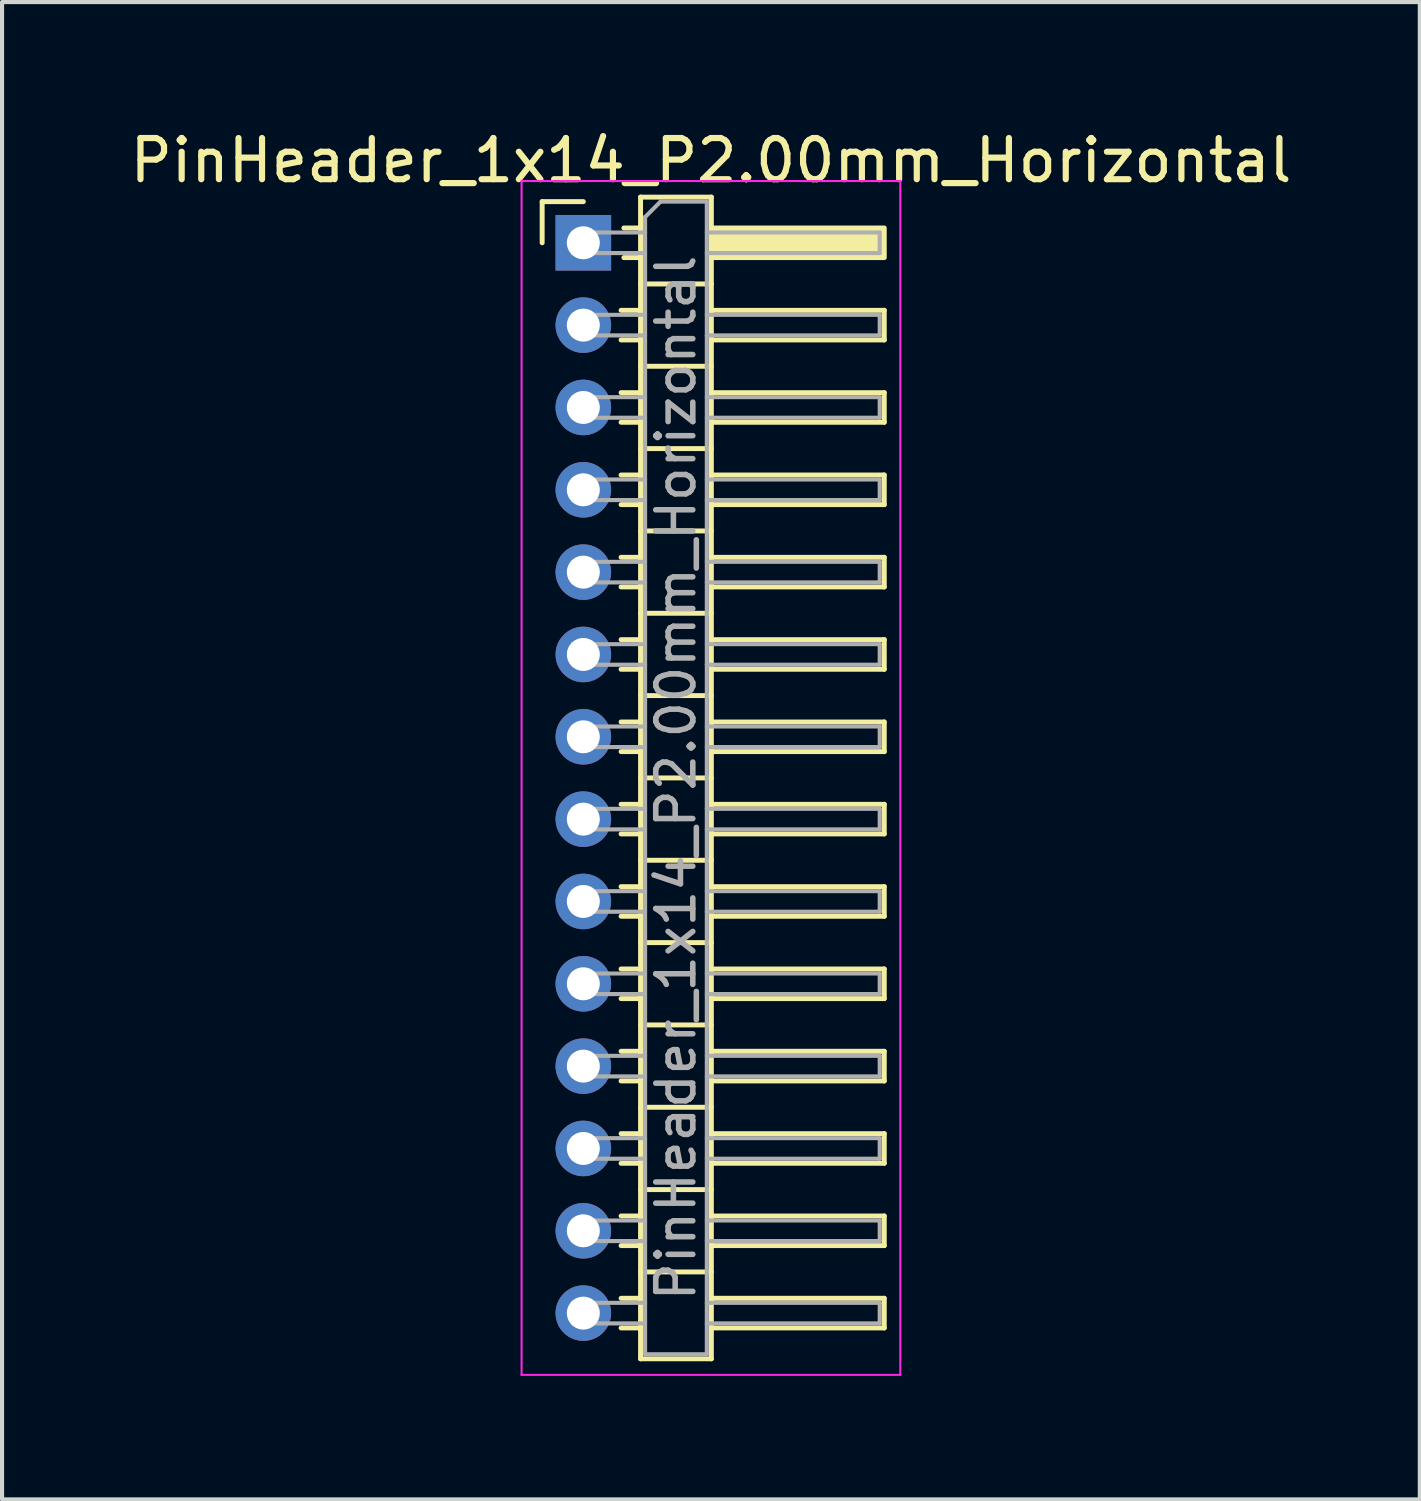
<source format=kicad_pcb>
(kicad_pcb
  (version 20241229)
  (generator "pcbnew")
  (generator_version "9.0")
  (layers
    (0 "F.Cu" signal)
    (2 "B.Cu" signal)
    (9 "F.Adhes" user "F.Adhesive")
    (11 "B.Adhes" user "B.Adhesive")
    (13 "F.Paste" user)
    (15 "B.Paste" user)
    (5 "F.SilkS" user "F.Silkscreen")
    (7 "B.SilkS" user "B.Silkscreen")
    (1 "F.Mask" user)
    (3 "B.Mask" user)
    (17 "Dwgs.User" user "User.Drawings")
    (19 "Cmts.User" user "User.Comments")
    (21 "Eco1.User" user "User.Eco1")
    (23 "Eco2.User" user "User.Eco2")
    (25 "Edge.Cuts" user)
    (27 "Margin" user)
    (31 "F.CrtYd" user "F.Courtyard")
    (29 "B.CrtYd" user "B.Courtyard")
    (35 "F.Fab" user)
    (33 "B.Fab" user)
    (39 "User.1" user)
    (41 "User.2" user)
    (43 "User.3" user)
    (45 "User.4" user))
  (footprint "PinHeader_1x14_P2.00mm_Horizontal"
    (layer "F.Cu")
    (at 11.12 2.848)
    (property "Reference" "PinHeader_1x14_P2.00mm_Horizontal" (at 3.1 -2 0) (layer "F.SilkS") (effects (font (size 1 1) (thickness 0.15))))
    (attr through_hole)
    (fp_line (start -1 -1) (end 0 -1) (stroke (width 0.12) (type solid)) (layer "F.SilkS"))
    (fp_line (start -1 0) (end -1 -1) (stroke (width 0.12) (type solid)) (layer "F.SilkS"))
    (fp_line (start 0.917 1.64) (end 1.39 1.64) (stroke (width 0.12) (type solid)) (layer "F.SilkS"))
    (fp_line (start 0.917 2.36) (end 1.39 2.36) (stroke (width 0.12) (type solid)) (layer "F.SilkS"))
    (fp_line (start 0.917 3.64) (end 1.39 3.64) (stroke (width 0.12) (type solid)) (layer "F.SilkS"))
    (fp_line (start 0.917 4.36) (end 1.39 4.36) (stroke (width 0.12) (type solid)) (layer "F.SilkS"))
    (fp_line (start 0.917 5.64) (end 1.39 5.64) (stroke (width 0.12) (type solid)) (layer "F.SilkS"))
    (fp_line (start 0.917 6.36) (end 1.39 6.36) (stroke (width 0.12) (type solid)) (layer "F.SilkS"))
    (fp_line (start 0.917 7.64) (end 1.39 7.64) (stroke (width 0.12) (type solid)) (layer "F.SilkS"))
    (fp_line (start 0.917 8.36) (end 1.39 8.36) (stroke (width 0.12) (type solid)) (layer "F.SilkS"))
    (fp_line (start 0.917 9.64) (end 1.39 9.64) (stroke (width 0.12) (type solid)) (layer "F.SilkS"))
    (fp_line (start 0.917 10.36) (end 1.39 10.36) (stroke (width 0.12) (type solid)) (layer "F.SilkS"))
    (fp_line (start 0.917 11.64) (end 1.39 11.64) (stroke (width 0.12) (type solid)) (layer "F.SilkS"))
    (fp_line (start 0.917 12.36) (end 1.39 12.36) (stroke (width 0.12) (type solid)) (layer "F.SilkS"))
    (fp_line (start 0.917 13.64) (end 1.39 13.64) (stroke (width 0.12) (type solid)) (layer "F.SilkS"))
    (fp_line (start 0.917 14.36) (end 1.39 14.36) (stroke (width 0.12) (type solid)) (layer "F.SilkS"))
    (fp_line (start 0.917 15.64) (end 1.39 15.64) (stroke (width 0.12) (type solid)) (layer "F.SilkS"))
    (fp_line (start 0.917 16.36) (end 1.39 16.36) (stroke (width 0.12) (type solid)) (layer "F.SilkS"))
    (fp_line (start 0.917 17.64) (end 1.39 17.64) (stroke (width 0.12) (type solid)) (layer "F.SilkS"))
    (fp_line (start 0.917 18.36) (end 1.39 18.36) (stroke (width 0.12) (type solid)) (layer "F.SilkS"))
    (fp_line (start 0.917 19.64) (end 1.39 19.64) (stroke (width 0.12) (type solid)) (layer "F.SilkS"))
    (fp_line (start 0.917 20.36) (end 1.39 20.36) (stroke (width 0.12) (type solid)) (layer "F.SilkS"))
    (fp_line (start 0.917 21.64) (end 1.39 21.64) (stroke (width 0.12) (type solid)) (layer "F.SilkS"))
    (fp_line (start 0.917 22.36) (end 1.39 22.36) (stroke (width 0.12) (type solid)) (layer "F.SilkS"))
    (fp_line (start 0.917 23.64) (end 1.39 23.64) (stroke (width 0.12) (type solid)) (layer "F.SilkS"))
    (fp_line (start 0.917 24.36) (end 1.39 24.36) (stroke (width 0.12) (type solid)) (layer "F.SilkS"))
    (fp_line (start 0.917 25.64) (end 1.39 25.64) (stroke (width 0.12) (type solid)) (layer "F.SilkS"))
    (fp_line (start 0.917 26.36) (end 1.39 26.36) (stroke (width 0.12) (type solid)) (layer "F.SilkS"))
    (fp_line (start 0.985 -0.36) (end 1.39 -0.36) (stroke (width 0.12) (type solid)) (layer "F.SilkS"))
    (fp_line (start 0.985 0.36) (end 1.39 0.36) (stroke (width 0.12) (type solid)) (layer "F.SilkS"))
    (fp_line (start 1.39 -1.11) (end 1.39 27.11) (stroke (width 0.12) (type solid)) (layer "F.SilkS"))
    (fp_line (start 1.39 1) (end 3.11 1) (stroke (width 0.12) (type solid)) (layer "F.SilkS"))
    (fp_line (start 1.39 3) (end 3.11 3) (stroke (width 0.12) (type solid)) (layer "F.SilkS"))
    (fp_line (start 1.39 5) (end 3.11 5) (stroke (width 0.12) (type solid)) (layer "F.SilkS"))
    (fp_line (start 1.39 7) (end 3.11 7) (stroke (width 0.12) (type solid)) (layer "F.SilkS"))
    (fp_line (start 1.39 9) (end 3.11 9) (stroke (width 0.12) (type solid)) (layer "F.SilkS"))
    (fp_line (start 1.39 11) (end 3.11 11) (stroke (width 0.12) (type solid)) (layer "F.SilkS"))
    (fp_line (start 1.39 13) (end 3.11 13) (stroke (width 0.12) (type solid)) (layer "F.SilkS"))
    (fp_line (start 1.39 15) (end 3.11 15) (stroke (width 0.12) (type solid)) (layer "F.SilkS"))
    (fp_line (start 1.39 17) (end 3.11 17) (stroke (width 0.12) (type solid)) (layer "F.SilkS"))
    (fp_line (start 1.39 19) (end 3.11 19) (stroke (width 0.12) (type solid)) (layer "F.SilkS"))
    (fp_line (start 1.39 21) (end 3.11 21) (stroke (width 0.12) (type solid)) (layer "F.SilkS"))
    (fp_line (start 1.39 23) (end 3.11 23) (stroke (width 0.12) (type solid)) (layer "F.SilkS"))
    (fp_line (start 1.39 25) (end 3.11 25) (stroke (width 0.12) (type solid)) (layer "F.SilkS"))
    (fp_line (start 1.39 27.11) (end 3.11 27.11) (stroke (width 0.12) (type solid)) (layer "F.SilkS"))
    (fp_line (start 3.11 -1.11) (end 1.39 -1.11) (stroke (width 0.12) (type solid)) (layer "F.SilkS"))
    (fp_line (start 3.11 1.64) (end 7.31 1.64) (stroke (width 0.12) (type solid)) (layer "F.SilkS"))
    (fp_line (start 3.11 3.64) (end 7.31 3.64) (stroke (width 0.12) (type solid)) (layer "F.SilkS"))
    (fp_line (start 3.11 5.64) (end 7.31 5.64) (stroke (width 0.12) (type solid)) (layer "F.SilkS"))
    (fp_line (start 3.11 7.64) (end 7.31 7.64) (stroke (width 0.12) (type solid)) (layer "F.SilkS"))
    (fp_line (start 3.11 9.64) (end 7.31 9.64) (stroke (width 0.12) (type solid)) (layer "F.SilkS"))
    (fp_line (start 3.11 11.64) (end 7.31 11.64) (stroke (width 0.12) (type solid)) (layer "F.SilkS"))
    (fp_line (start 3.11 13.64) (end 7.31 13.64) (stroke (width 0.12) (type solid)) (layer "F.SilkS"))
    (fp_line (start 3.11 15.64) (end 7.31 15.64) (stroke (width 0.12) (type solid)) (layer "F.SilkS"))
    (fp_line (start 3.11 17.64) (end 7.31 17.64) (stroke (width 0.12) (type solid)) (layer "F.SilkS"))
    (fp_line (start 3.11 19.64) (end 7.31 19.64) (stroke (width 0.12) (type solid)) (layer "F.SilkS"))
    (fp_line (start 3.11 21.64) (end 7.31 21.64) (stroke (width 0.12) (type solid)) (layer "F.SilkS"))
    (fp_line (start 3.11 23.64) (end 7.31 23.64) (stroke (width 0.12) (type solid)) (layer "F.SilkS"))
    (fp_line (start 3.11 25.64) (end 7.31 25.64) (stroke (width 0.12) (type solid)) (layer "F.SilkS"))
    (fp_line (start 3.11 27.11) (end 3.11 -1.11) (stroke (width 0.12) (type solid)) (layer "F.SilkS"))
    (fp_line (start 7.31 1.64) (end 7.31 2.36) (stroke (width 0.12) (type solid)) (layer "F.SilkS"))
    (fp_line (start 7.31 2.36) (end 3.11 2.36) (stroke (width 0.12) (type solid)) (layer "F.SilkS"))
    (fp_line (start 7.31 3.64) (end 7.31 4.36) (stroke (width 0.12) (type solid)) (layer "F.SilkS"))
    (fp_line (start 7.31 4.36) (end 3.11 4.36) (stroke (width 0.12) (type solid)) (layer "F.SilkS"))
    (fp_line (start 7.31 5.64) (end 7.31 6.36) (stroke (width 0.12) (type solid)) (layer "F.SilkS"))
    (fp_line (start 7.31 6.36) (end 3.11 6.36) (stroke (width 0.12) (type solid)) (layer "F.SilkS"))
    (fp_line (start 7.31 7.64) (end 7.31 8.36) (stroke (width 0.12) (type solid)) (layer "F.SilkS"))
    (fp_line (start 7.31 8.36) (end 3.11 8.36) (stroke (width 0.12) (type solid)) (layer "F.SilkS"))
    (fp_line (start 7.31 9.64) (end 7.31 10.36) (stroke (width 0.12) (type solid)) (layer "F.SilkS"))
    (fp_line (start 7.31 10.36) (end 3.11 10.36) (stroke (width 0.12) (type solid)) (layer "F.SilkS"))
    (fp_line (start 7.31 11.64) (end 7.31 12.36) (stroke (width 0.12) (type solid)) (layer "F.SilkS"))
    (fp_line (start 7.31 12.36) (end 3.11 12.36) (stroke (width 0.12) (type solid)) (layer "F.SilkS"))
    (fp_line (start 7.31 13.64) (end 7.31 14.36) (stroke (width 0.12) (type solid)) (layer "F.SilkS"))
    (fp_line (start 7.31 14.36) (end 3.11 14.36) (stroke (width 0.12) (type solid)) (layer "F.SilkS"))
    (fp_line (start 7.31 15.64) (end 7.31 16.36) (stroke (width 0.12) (type solid)) (layer "F.SilkS"))
    (fp_line (start 7.31 16.36) (end 3.11 16.36) (stroke (width 0.12) (type solid)) (layer "F.SilkS"))
    (fp_line (start 7.31 17.64) (end 7.31 18.36) (stroke (width 0.12) (type solid)) (layer "F.SilkS"))
    (fp_line (start 7.31 18.36) (end 3.11 18.36) (stroke (width 0.12) (type solid)) (layer "F.SilkS"))
    (fp_line (start 7.31 19.64) (end 7.31 20.36) (stroke (width 0.12) (type solid)) (layer "F.SilkS"))
    (fp_line (start 7.31 20.36) (end 3.11 20.36) (stroke (width 0.12) (type solid)) (layer "F.SilkS"))
    (fp_line (start 7.31 21.64) (end 7.31 22.36) (stroke (width 0.12) (type solid)) (layer "F.SilkS"))
    (fp_line (start 7.31 22.36) (end 3.11 22.36) (stroke (width 0.12) (type solid)) (layer "F.SilkS"))
    (fp_line (start 7.31 23.64) (end 7.31 24.36) (stroke (width 0.12) (type solid)) (layer "F.SilkS"))
    (fp_line (start 7.31 24.36) (end 3.11 24.36) (stroke (width 0.12) (type solid)) (layer "F.SilkS"))
    (fp_line (start 7.31 25.64) (end 7.31 26.36) (stroke (width 0.12) (type solid)) (layer "F.SilkS"))
    (fp_line (start 7.31 26.36) (end 3.11 26.36) (stroke (width 0.12) (type solid)) (layer "F.SilkS"))
    (fp_rect (start 3.11 -0.36) (end 7.31 0.36) (stroke (width 0.12) (type solid)) (fill yes) (layer "F.SilkS"))
    (fp_line (start -1.5 -1.5) (end -1.5 27.5) (stroke (width 0.05) (type solid)) (layer "F.CrtYd"))
    (fp_line (start -1.5 27.5) (end 7.7 27.5) (stroke (width 0.05) (type solid)) (layer "F.CrtYd"))
    (fp_line (start 7.7 -1.5) (end -1.5 -1.5) (stroke (width 0.05) (type solid)) (layer "F.CrtYd"))
    (fp_line (start 7.7 27.5) (end 7.7 -1.5) (stroke (width 0.05) (type solid)) (layer "F.CrtYd"))
    (fp_line (start -0.25 -0.25) (end -0.25 0.25) (stroke (width 0.1) (type solid)) (layer "F.Fab"))
    (fp_line (start -0.25 -0.25) (end 1.5 -0.25) (stroke (width 0.1) (type solid)) (layer "F.Fab"))
    (fp_line (start -0.25 0.25) (end 1.5 0.25) (stroke (width 0.1) (type solid)) (layer "F.Fab"))
    (fp_line (start -0.25 1.75) (end -0.25 2.25) (stroke (width 0.1) (type solid)) (layer "F.Fab"))
    (fp_line (start -0.25 1.75) (end 1.5 1.75) (stroke (width 0.1) (type solid)) (layer "F.Fab"))
    (fp_line (start -0.25 2.25) (end 1.5 2.25) (stroke (width 0.1) (type solid)) (layer "F.Fab"))
    (fp_line (start -0.25 3.75) (end -0.25 4.25) (stroke (width 0.1) (type solid)) (layer "F.Fab"))
    (fp_line (start -0.25 3.75) (end 1.5 3.75) (stroke (width 0.1) (type solid)) (layer "F.Fab"))
    (fp_line (start -0.25 4.25) (end 1.5 4.25) (stroke (width 0.1) (type solid)) (layer "F.Fab"))
    (fp_line (start -0.25 5.75) (end -0.25 6.25) (stroke (width 0.1) (type solid)) (layer "F.Fab"))
    (fp_line (start -0.25 5.75) (end 1.5 5.75) (stroke (width 0.1) (type solid)) (layer "F.Fab"))
    (fp_line (start -0.25 6.25) (end 1.5 6.25) (stroke (width 0.1) (type solid)) (layer "F.Fab"))
    (fp_line (start -0.25 7.75) (end -0.25 8.25) (stroke (width 0.1) (type solid)) (layer "F.Fab"))
    (fp_line (start -0.25 7.75) (end 1.5 7.75) (stroke (width 0.1) (type solid)) (layer "F.Fab"))
    (fp_line (start -0.25 8.25) (end 1.5 8.25) (stroke (width 0.1) (type solid)) (layer "F.Fab"))
    (fp_line (start -0.25 9.75) (end -0.25 10.25) (stroke (width 0.1) (type solid)) (layer "F.Fab"))
    (fp_line (start -0.25 9.75) (end 1.5 9.75) (stroke (width 0.1) (type solid)) (layer "F.Fab"))
    (fp_line (start -0.25 10.25) (end 1.5 10.25) (stroke (width 0.1) (type solid)) (layer "F.Fab"))
    (fp_line (start -0.25 11.75) (end -0.25 12.25) (stroke (width 0.1) (type solid)) (layer "F.Fab"))
    (fp_line (start -0.25 11.75) (end 1.5 11.75) (stroke (width 0.1) (type solid)) (layer "F.Fab"))
    (fp_line (start -0.25 12.25) (end 1.5 12.25) (stroke (width 0.1) (type solid)) (layer "F.Fab"))
    (fp_line (start -0.25 13.75) (end -0.25 14.25) (stroke (width 0.1) (type solid)) (layer "F.Fab"))
    (fp_line (start -0.25 13.75) (end 1.5 13.75) (stroke (width 0.1) (type solid)) (layer "F.Fab"))
    (fp_line (start -0.25 14.25) (end 1.5 14.25) (stroke (width 0.1) (type solid)) (layer "F.Fab"))
    (fp_line (start -0.25 15.75) (end -0.25 16.25) (stroke (width 0.1) (type solid)) (layer "F.Fab"))
    (fp_line (start -0.25 15.75) (end 1.5 15.75) (stroke (width 0.1) (type solid)) (layer "F.Fab"))
    (fp_line (start -0.25 16.25) (end 1.5 16.25) (stroke (width 0.1) (type solid)) (layer "F.Fab"))
    (fp_line (start -0.25 17.75) (end -0.25 18.25) (stroke (width 0.1) (type solid)) (layer "F.Fab"))
    (fp_line (start -0.25 17.75) (end 1.5 17.75) (stroke (width 0.1) (type solid)) (layer "F.Fab"))
    (fp_line (start -0.25 18.25) (end 1.5 18.25) (stroke (width 0.1) (type solid)) (layer "F.Fab"))
    (fp_line (start -0.25 19.75) (end -0.25 20.25) (stroke (width 0.1) (type solid)) (layer "F.Fab"))
    (fp_line (start -0.25 19.75) (end 1.5 19.75) (stroke (width 0.1) (type solid)) (layer "F.Fab"))
    (fp_line (start -0.25 20.25) (end 1.5 20.25) (stroke (width 0.1) (type solid)) (layer "F.Fab"))
    (fp_line (start -0.25 21.75) (end -0.25 22.25) (stroke (width 0.1) (type solid)) (layer "F.Fab"))
    (fp_line (start -0.25 21.75) (end 1.5 21.75) (stroke (width 0.1) (type solid)) (layer "F.Fab"))
    (fp_line (start -0.25 22.25) (end 1.5 22.25) (stroke (width 0.1) (type solid)) (layer "F.Fab"))
    (fp_line (start -0.25 23.75) (end -0.25 24.25) (stroke (width 0.1) (type solid)) (layer "F.Fab"))
    (fp_line (start -0.25 23.75) (end 1.5 23.75) (stroke (width 0.1) (type solid)) (layer "F.Fab"))
    (fp_line (start -0.25 24.25) (end 1.5 24.25) (stroke (width 0.1) (type solid)) (layer "F.Fab"))
    (fp_line (start -0.25 25.75) (end -0.25 26.25) (stroke (width 0.1) (type solid)) (layer "F.Fab"))
    (fp_line (start -0.25 25.75) (end 1.5 25.75) (stroke (width 0.1) (type solid)) (layer "F.Fab"))
    (fp_line (start -0.25 26.25) (end 1.5 26.25) (stroke (width 0.1) (type solid)) (layer "F.Fab"))
    (fp_line (start 1.5 -0.625) (end 1.875 -1) (stroke (width 0.1) (type solid)) (layer "F.Fab"))
    (fp_line (start 1.5 27) (end 1.5 -0.625) (stroke (width 0.1) (type solid)) (layer "F.Fab"))
    (fp_line (start 1.875 -1) (end 3 -1) (stroke (width 0.1) (type solid)) (layer "F.Fab"))
    (fp_line (start 3 -1) (end 3 27) (stroke (width 0.1) (type solid)) (layer "F.Fab"))
    (fp_line (start 3 -0.25) (end 7.2 -0.25) (stroke (width 0.1) (type solid)) (layer "F.Fab"))
    (fp_line (start 3 0.25) (end 7.2 0.25) (stroke (width 0.1) (type solid)) (layer "F.Fab"))
    (fp_line (start 3 1.75) (end 7.2 1.75) (stroke (width 0.1) (type solid)) (layer "F.Fab"))
    (fp_line (start 3 2.25) (end 7.2 2.25) (stroke (width 0.1) (type solid)) (layer "F.Fab"))
    (fp_line (start 3 3.75) (end 7.2 3.75) (stroke (width 0.1) (type solid)) (layer "F.Fab"))
    (fp_line (start 3 4.25) (end 7.2 4.25) (stroke (width 0.1) (type solid)) (layer "F.Fab"))
    (fp_line (start 3 5.75) (end 7.2 5.75) (stroke (width 0.1) (type solid)) (layer "F.Fab"))
    (fp_line (start 3 6.25) (end 7.2 6.25) (stroke (width 0.1) (type solid)) (layer "F.Fab"))
    (fp_line (start 3 7.75) (end 7.2 7.75) (stroke (width 0.1) (type solid)) (layer "F.Fab"))
    (fp_line (start 3 8.25) (end 7.2 8.25) (stroke (width 0.1) (type solid)) (layer "F.Fab"))
    (fp_line (start 3 9.75) (end 7.2 9.75) (stroke (width 0.1) (type solid)) (layer "F.Fab"))
    (fp_line (start 3 10.25) (end 7.2 10.25) (stroke (width 0.1) (type solid)) (layer "F.Fab"))
    (fp_line (start 3 11.75) (end 7.2 11.75) (stroke (width 0.1) (type solid)) (layer "F.Fab"))
    (fp_line (start 3 12.25) (end 7.2 12.25) (stroke (width 0.1) (type solid)) (layer "F.Fab"))
    (fp_line (start 3 13.75) (end 7.2 13.75) (stroke (width 0.1) (type solid)) (layer "F.Fab"))
    (fp_line (start 3 14.25) (end 7.2 14.25) (stroke (width 0.1) (type solid)) (layer "F.Fab"))
    (fp_line (start 3 15.75) (end 7.2 15.75) (stroke (width 0.1) (type solid)) (layer "F.Fab"))
    (fp_line (start 3 16.25) (end 7.2 16.25) (stroke (width 0.1) (type solid)) (layer "F.Fab"))
    (fp_line (start 3 17.75) (end 7.2 17.75) (stroke (width 0.1) (type solid)) (layer "F.Fab"))
    (fp_line (start 3 18.25) (end 7.2 18.25) (stroke (width 0.1) (type solid)) (layer "F.Fab"))
    (fp_line (start 3 19.75) (end 7.2 19.75) (stroke (width 0.1) (type solid)) (layer "F.Fab"))
    (fp_line (start 3 20.25) (end 7.2 20.25) (stroke (width 0.1) (type solid)) (layer "F.Fab"))
    (fp_line (start 3 21.75) (end 7.2 21.75) (stroke (width 0.1) (type solid)) (layer "F.Fab"))
    (fp_line (start 3 22.25) (end 7.2 22.25) (stroke (width 0.1) (type solid)) (layer "F.Fab"))
    (fp_line (start 3 23.75) (end 7.2 23.75) (stroke (width 0.1) (type solid)) (layer "F.Fab"))
    (fp_line (start 3 24.25) (end 7.2 24.25) (stroke (width 0.1) (type solid)) (layer "F.Fab"))
    (fp_line (start 3 25.75) (end 7.2 25.75) (stroke (width 0.1) (type solid)) (layer "F.Fab"))
    (fp_line (start 3 26.25) (end 7.2 26.25) (stroke (width 0.1) (type solid)) (layer "F.Fab"))
    (fp_line (start 3 27) (end 1.5 27) (stroke (width 0.1) (type solid)) (layer "F.Fab"))
    (fp_line (start 7.2 -0.25) (end 7.2 0.25) (stroke (width 0.1) (type solid)) (layer "F.Fab"))
    (fp_line (start 7.2 1.75) (end 7.2 2.25) (stroke (width 0.1) (type solid)) (layer "F.Fab"))
    (fp_line (start 7.2 3.75) (end 7.2 4.25) (stroke (width 0.1) (type solid)) (layer "F.Fab"))
    (fp_line (start 7.2 5.75) (end 7.2 6.25) (stroke (width 0.1) (type solid)) (layer "F.Fab"))
    (fp_line (start 7.2 7.75) (end 7.2 8.25) (stroke (width 0.1) (type solid)) (layer "F.Fab"))
    (fp_line (start 7.2 9.75) (end 7.2 10.25) (stroke (width 0.1) (type solid)) (layer "F.Fab"))
    (fp_line (start 7.2 11.75) (end 7.2 12.25) (stroke (width 0.1) (type solid)) (layer "F.Fab"))
    (fp_line (start 7.2 13.75) (end 7.2 14.25) (stroke (width 0.1) (type solid)) (layer "F.Fab"))
    (fp_line (start 7.2 15.75) (end 7.2 16.25) (stroke (width 0.1) (type solid)) (layer "F.Fab"))
    (fp_line (start 7.2 17.75) (end 7.2 18.25) (stroke (width 0.1) (type solid)) (layer "F.Fab"))
    (fp_line (start 7.2 19.75) (end 7.2 20.25) (stroke (width 0.1) (type solid)) (layer "F.Fab"))
    (fp_line (start 7.2 21.75) (end 7.2 22.25) (stroke (width 0.1) (type solid)) (layer "F.Fab"))
    (fp_line (start 7.2 23.75) (end 7.2 24.25) (stroke (width 0.1) (type solid)) (layer "F.Fab"))
    (fp_line (start 7.2 25.75) (end 7.2 26.25) (stroke (width 0.1) (type solid)) (layer "F.Fab"))
    (fp_text user "${REFERENCE}" (at 2.25 13 90) (layer "F.Fab") (effects (font (size 0.9 0.9) (thickness 0.135))))
    (pad "1" thru_hole rect (at 0 0) (size 1.35 1.35) (drill 0.8) (layers "*.Cu" "*.Mask"))
    (pad "2" thru_hole circle (at 0 2) (size 1.35 1.35) (drill 0.8) (layers "*.Cu" "*.Mask"))
    (pad "3" thru_hole circle (at 0 4) (size 1.35 1.35) (drill 0.8) (layers "*.Cu" "*.Mask"))
    (pad "4" thru_hole circle (at 0 6) (size 1.35 1.35) (drill 0.8) (layers "*.Cu" "*.Mask"))
    (pad "5" thru_hole circle (at 0 8) (size 1.35 1.35) (drill 0.8) (layers "*.Cu" "*.Mask"))
    (pad "6" thru_hole circle (at 0 10) (size 1.35 1.35) (drill 0.8) (layers "*.Cu" "*.Mask"))
    (pad "7" thru_hole circle (at 0 12) (size 1.35 1.35) (drill 0.8) (layers "*.Cu" "*.Mask"))
    (pad "8" thru_hole circle (at 0 14) (size 1.35 1.35) (drill 0.8) (layers "*.Cu" "*.Mask"))
    (pad "9" thru_hole circle (at 0 16) (size 1.35 1.35) (drill 0.8) (layers "*.Cu" "*.Mask"))
    (pad "10" thru_hole circle (at 0 18) (size 1.35 1.35) (drill 0.8) (layers "*.Cu" "*.Mask"))
    (pad "11" thru_hole circle (at 0 20) (size 1.35 1.35) (drill 0.8) (layers "*.Cu" "*.Mask"))
    (pad "12" thru_hole circle (at 0 22) (size 1.35 1.35) (drill 0.8) (layers "*.Cu" "*.Mask"))
    (pad "13" thru_hole circle (at 0 24) (size 1.35 1.35) (drill 0.8) (layers "*.Cu" "*.Mask"))
    (pad "14" thru_hole circle (at 0 26) (size 1.35 1.35) (drill 0.8) (layers "*.Cu" "*.Mask")))
  (gr_rect
    (start -3 -3)
    (end 31.44 33.373)
    (stroke (width 0.1) (type default))
    (fill no)
    (layer "Edge.Cuts")))
</source>
